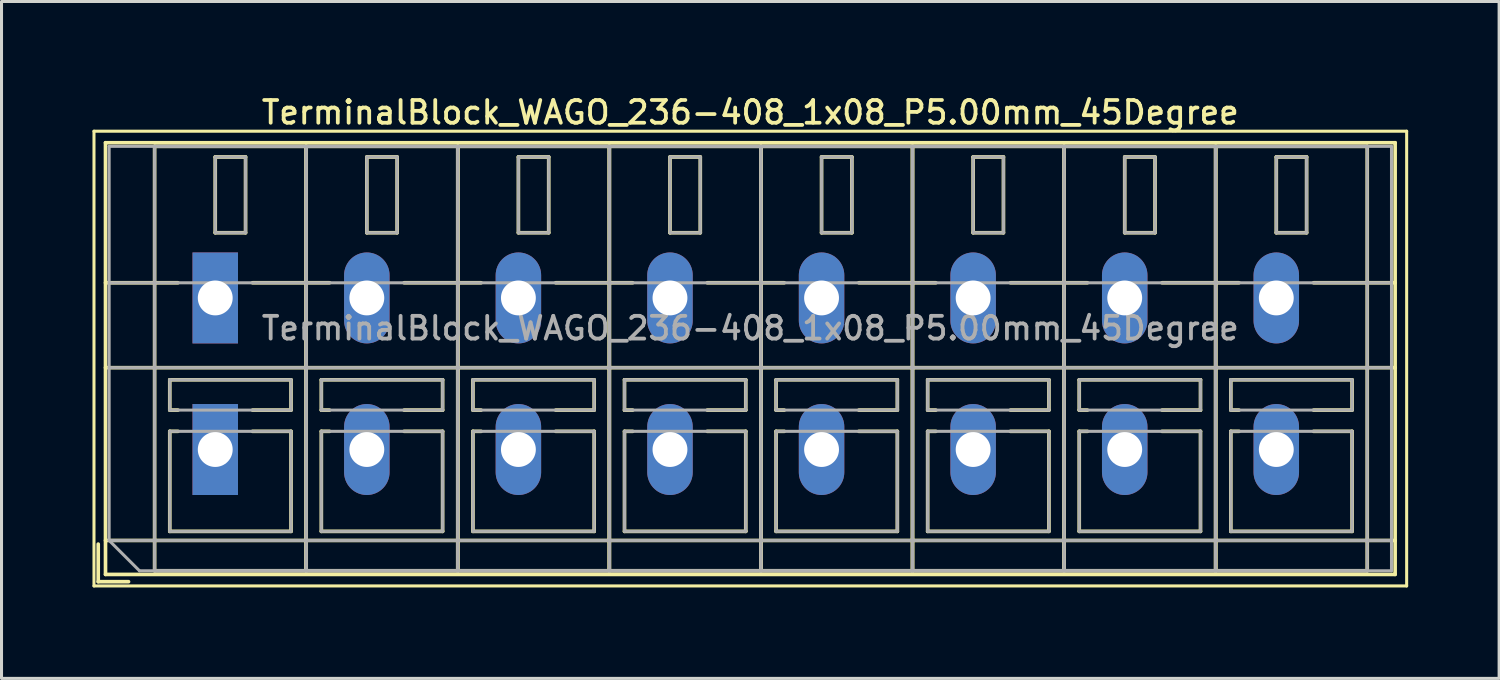
<source format=kicad_pcb>
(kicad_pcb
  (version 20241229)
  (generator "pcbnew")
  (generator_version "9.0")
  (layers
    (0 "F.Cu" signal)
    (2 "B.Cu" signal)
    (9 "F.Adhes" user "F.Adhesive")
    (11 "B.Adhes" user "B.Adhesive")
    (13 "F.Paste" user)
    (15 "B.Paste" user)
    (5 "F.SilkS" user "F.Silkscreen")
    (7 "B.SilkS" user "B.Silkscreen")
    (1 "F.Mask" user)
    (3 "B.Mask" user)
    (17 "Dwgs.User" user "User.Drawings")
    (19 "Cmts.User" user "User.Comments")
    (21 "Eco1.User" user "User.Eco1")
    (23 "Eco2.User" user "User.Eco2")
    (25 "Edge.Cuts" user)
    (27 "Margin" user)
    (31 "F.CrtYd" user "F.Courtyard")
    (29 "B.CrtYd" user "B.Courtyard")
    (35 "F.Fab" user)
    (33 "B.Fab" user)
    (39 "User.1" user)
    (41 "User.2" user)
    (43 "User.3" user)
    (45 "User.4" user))
  (footprint "TerminalBlock_WAGO_236-408_1x08_P5.00mm_45Degree"
    (layer "F.Cu")
    (at 4.05 6.778)
    (property "Reference" "TerminalBlock_WAGO_236-408_1x08_P5.00mm_45Degree" (at 17.65 -6.12 0) (layer "F.SilkS") (effects (font (size 0.75 0.75) (thickness 0.125))))
    (attr through_hole)
    (fp_line (start -4 -5.5) (end -4 9.5) (stroke (width 0.1) (type solid)) (layer "F.SilkS"))
    (fp_line (start -4 9.5) (end 39.3 9.5) (stroke (width 0.1) (type solid)) (layer "F.SilkS"))
    (fp_line (start -3.86 8.12) (end -3.86 9.36) (stroke (width 0.12) (type solid)) (layer "F.SilkS"))
    (fp_line (start -3.86 9.36) (end -2.86 9.36) (stroke (width 0.12) (type solid)) (layer "F.SilkS"))
    (fp_line (start -3.62 -5.12) (end -3.62 9.12) (stroke (width 0.12) (type solid)) (layer "F.SilkS"))
    (fp_line (start -3.62 -5.12) (end 38.92 -5.12) (stroke (width 0.12) (type solid)) (layer "F.SilkS"))
    (fp_line (start -3.62 -0.5) (end -1.23 -0.5) (stroke (width 0.12) (type solid)) (layer "F.SilkS"))
    (fp_line (start -3.62 2.3) (end 38.92 2.3) (stroke (width 0.12) (type solid)) (layer "F.SilkS"))
    (fp_line (start -3.62 8) (end 38.92 8) (stroke (width 0.12) (type solid)) (layer "F.SilkS"))
    (fp_line (start -3.62 9.12) (end 38.92 9.12) (stroke (width 0.12) (type solid)) (layer "F.SilkS"))
    (fp_line (start -2 -5) (end -2 9) (stroke (width 0.12) (type solid)) (layer "F.SilkS"))
    (fp_line (start -2 -5) (end 3 -5) (stroke (width 0.12) (type solid)) (layer "F.SilkS"))
    (fp_line (start -2 9) (end 3 9) (stroke (width 0.12) (type solid)) (layer "F.SilkS"))
    (fp_line (start -1.5 2.7) (end -1.5 3.7) (stroke (width 0.12) (type solid)) (layer "F.SilkS"))
    (fp_line (start -1.5 2.7) (end 2.5 2.7) (stroke (width 0.12) (type solid)) (layer "F.SilkS"))
    (fp_line (start -1.5 3.7) (end -1.23 3.7) (stroke (width 0.12) (type solid)) (layer "F.SilkS"))
    (fp_line (start -1.5 4.4) (end -1.5 7.7) (stroke (width 0.12) (type solid)) (layer "F.SilkS"))
    (fp_line (start -1.5 4.4) (end -1.23 4.4) (stroke (width 0.12) (type solid)) (layer "F.SilkS"))
    (fp_line (start -1.5 7.7) (end 2.5 7.7) (stroke (width 0.12) (type solid)) (layer "F.SilkS"))
    (fp_line (start 0 -4.65) (end 0 -2.151) (stroke (width 0.12) (type solid)) (layer "F.SilkS"))
    (fp_line (start 0 -4.65) (end 1 -4.65) (stroke (width 0.12) (type solid)) (layer "F.SilkS"))
    (fp_line (start 0 -2.151) (end 1 -2.151) (stroke (width 0.12) (type solid)) (layer "F.SilkS"))
    (fp_line (start 1 -4.65) (end 1 -2.151) (stroke (width 0.12) (type solid)) (layer "F.SilkS"))
    (fp_line (start 1.23 -0.5) (end 3.77 -0.5) (stroke (width 0.12) (type solid)) (layer "F.SilkS"))
    (fp_line (start 1.23 3.7) (end 2.5 3.7) (stroke (width 0.12) (type solid)) (layer "F.SilkS"))
    (fp_line (start 1.23 4.4) (end 2.5 4.4) (stroke (width 0.12) (type solid)) (layer "F.SilkS"))
    (fp_line (start 2.5 2.7) (end 2.5 3.7) (stroke (width 0.12) (type solid)) (layer "F.SilkS"))
    (fp_line (start 2.5 4.4) (end 2.5 7.7) (stroke (width 0.12) (type solid)) (layer "F.SilkS"))
    (fp_line (start 3 -5) (end 3 9) (stroke (width 0.12) (type solid)) (layer "F.SilkS"))
    (fp_line (start 3 -5) (end 3 9) (stroke (width 0.12) (type solid)) (layer "F.SilkS"))
    (fp_line (start 3 -5) (end 8 -5) (stroke (width 0.12) (type solid)) (layer "F.SilkS"))
    (fp_line (start 3 9) (end 8 9) (stroke (width 0.12) (type solid)) (layer "F.SilkS"))
    (fp_line (start 3.5 2.7) (end 3.5 3.7) (stroke (width 0.12) (type solid)) (layer "F.SilkS"))
    (fp_line (start 3.5 2.7) (end 7.5 2.7) (stroke (width 0.12) (type solid)) (layer "F.SilkS"))
    (fp_line (start 3.5 3.7) (end 3.77 3.7) (stroke (width 0.12) (type solid)) (layer "F.SilkS"))
    (fp_line (start 3.5 4.4) (end 3.5 7.7) (stroke (width 0.12) (type solid)) (layer "F.SilkS"))
    (fp_line (start 3.5 4.4) (end 3.77 4.4) (stroke (width 0.12) (type solid)) (layer "F.SilkS"))
    (fp_line (start 3.5 7.7) (end 7.5 7.7) (stroke (width 0.12) (type solid)) (layer "F.SilkS"))
    (fp_line (start 5 -4.65) (end 5 -2.151) (stroke (width 0.12) (type solid)) (layer "F.SilkS"))
    (fp_line (start 5 -4.65) (end 6 -4.65) (stroke (width 0.12) (type solid)) (layer "F.SilkS"))
    (fp_line (start 5 -2.151) (end 6 -2.151) (stroke (width 0.12) (type solid)) (layer "F.SilkS"))
    (fp_line (start 6 -4.65) (end 6 -2.151) (stroke (width 0.12) (type solid)) (layer "F.SilkS"))
    (fp_line (start 6.23 -0.5) (end 8.77 -0.5) (stroke (width 0.12) (type solid)) (layer "F.SilkS"))
    (fp_line (start 6.23 3.7) (end 7.5 3.7) (stroke (width 0.12) (type solid)) (layer "F.SilkS"))
    (fp_line (start 6.23 4.4) (end 7.5 4.4) (stroke (width 0.12) (type solid)) (layer "F.SilkS"))
    (fp_line (start 7.5 2.7) (end 7.5 3.7) (stroke (width 0.12) (type solid)) (layer "F.SilkS"))
    (fp_line (start 7.5 4.4) (end 7.5 7.7) (stroke (width 0.12) (type solid)) (layer "F.SilkS"))
    (fp_line (start 8 -5) (end 8 9) (stroke (width 0.12) (type solid)) (layer "F.SilkS"))
    (fp_line (start 8 -5) (end 8 9) (stroke (width 0.12) (type solid)) (layer "F.SilkS"))
    (fp_line (start 8 -5) (end 13 -5) (stroke (width 0.12) (type solid)) (layer "F.SilkS"))
    (fp_line (start 8 9) (end 13 9) (stroke (width 0.12) (type solid)) (layer "F.SilkS"))
    (fp_line (start 8.5 2.7) (end 8.5 3.7) (stroke (width 0.12) (type solid)) (layer "F.SilkS"))
    (fp_line (start 8.5 2.7) (end 12.5 2.7) (stroke (width 0.12) (type solid)) (layer "F.SilkS"))
    (fp_line (start 8.5 3.7) (end 8.77 3.7) (stroke (width 0.12) (type solid)) (layer "F.SilkS"))
    (fp_line (start 8.5 4.4) (end 8.5 7.7) (stroke (width 0.12) (type solid)) (layer "F.SilkS"))
    (fp_line (start 8.5 4.4) (end 8.77 4.4) (stroke (width 0.12) (type solid)) (layer "F.SilkS"))
    (fp_line (start 8.5 7.7) (end 12.5 7.7) (stroke (width 0.12) (type solid)) (layer "F.SilkS"))
    (fp_line (start 10 -4.65) (end 10 -2.151) (stroke (width 0.12) (type solid)) (layer "F.SilkS"))
    (fp_line (start 10 -4.65) (end 11 -4.65) (stroke (width 0.12) (type solid)) (layer "F.SilkS"))
    (fp_line (start 10 -2.151) (end 11 -2.151) (stroke (width 0.12) (type solid)) (layer "F.SilkS"))
    (fp_line (start 11 -4.65) (end 11 -2.151) (stroke (width 0.12) (type solid)) (layer "F.SilkS"))
    (fp_line (start 11.23 -0.5) (end 13.77 -0.5) (stroke (width 0.12) (type solid)) (layer "F.SilkS"))
    (fp_line (start 11.23 3.7) (end 12.5 3.7) (stroke (width 0.12) (type solid)) (layer "F.SilkS"))
    (fp_line (start 11.23 4.4) (end 12.5 4.4) (stroke (width 0.12) (type solid)) (layer "F.SilkS"))
    (fp_line (start 12.5 2.7) (end 12.5 3.7) (stroke (width 0.12) (type solid)) (layer "F.SilkS"))
    (fp_line (start 12.5 4.4) (end 12.5 7.7) (stroke (width 0.12) (type solid)) (layer "F.SilkS"))
    (fp_line (start 13 -5) (end 13 9) (stroke (width 0.12) (type solid)) (layer "F.SilkS"))
    (fp_line (start 13 -5) (end 13 9) (stroke (width 0.12) (type solid)) (layer "F.SilkS"))
    (fp_line (start 13 -5) (end 18 -5) (stroke (width 0.12) (type solid)) (layer "F.SilkS"))
    (fp_line (start 13 9) (end 18 9) (stroke (width 0.12) (type solid)) (layer "F.SilkS"))
    (fp_line (start 13.5 2.7) (end 13.5 3.7) (stroke (width 0.12) (type solid)) (layer "F.SilkS"))
    (fp_line (start 13.5 2.7) (end 17.5 2.7) (stroke (width 0.12) (type solid)) (layer "F.SilkS"))
    (fp_line (start 13.5 3.7) (end 13.77 3.7) (stroke (width 0.12) (type solid)) (layer "F.SilkS"))
    (fp_line (start 13.5 4.4) (end 13.5 7.7) (stroke (width 0.12) (type solid)) (layer "F.SilkS"))
    (fp_line (start 13.5 4.4) (end 13.77 4.4) (stroke (width 0.12) (type solid)) (layer "F.SilkS"))
    (fp_line (start 13.5 7.7) (end 17.5 7.7) (stroke (width 0.12) (type solid)) (layer "F.SilkS"))
    (fp_line (start 15 -4.65) (end 15 -2.151) (stroke (width 0.12) (type solid)) (layer "F.SilkS"))
    (fp_line (start 15 -4.65) (end 16 -4.65) (stroke (width 0.12) (type solid)) (layer "F.SilkS"))
    (fp_line (start 15 -2.151) (end 16 -2.151) (stroke (width 0.12) (type solid)) (layer "F.SilkS"))
    (fp_line (start 16 -4.65) (end 16 -2.151) (stroke (width 0.12) (type solid)) (layer "F.SilkS"))
    (fp_line (start 16.23 -0.5) (end 18.77 -0.5) (stroke (width 0.12) (type solid)) (layer "F.SilkS"))
    (fp_line (start 16.23 3.7) (end 17.5 3.7) (stroke (width 0.12) (type solid)) (layer "F.SilkS"))
    (fp_line (start 16.23 4.4) (end 17.5 4.4) (stroke (width 0.12) (type solid)) (layer "F.SilkS"))
    (fp_line (start 17.5 2.7) (end 17.5 3.7) (stroke (width 0.12) (type solid)) (layer "F.SilkS"))
    (fp_line (start 17.5 4.4) (end 17.5 7.7) (stroke (width 0.12) (type solid)) (layer "F.SilkS"))
    (fp_line (start 18 -5) (end 18 9) (stroke (width 0.12) (type solid)) (layer "F.SilkS"))
    (fp_line (start 18 -5) (end 18 9) (stroke (width 0.12) (type solid)) (layer "F.SilkS"))
    (fp_line (start 18 -5) (end 23 -5) (stroke (width 0.12) (type solid)) (layer "F.SilkS"))
    (fp_line (start 18 9) (end 23 9) (stroke (width 0.12) (type solid)) (layer "F.SilkS"))
    (fp_line (start 18.5 2.7) (end 18.5 3.7) (stroke (width 0.12) (type solid)) (layer "F.SilkS"))
    (fp_line (start 18.5 2.7) (end 22.5 2.7) (stroke (width 0.12) (type solid)) (layer "F.SilkS"))
    (fp_line (start 18.5 3.7) (end 18.77 3.7) (stroke (width 0.12) (type solid)) (layer "F.SilkS"))
    (fp_line (start 18.5 4.4) (end 18.5 7.7) (stroke (width 0.12) (type solid)) (layer "F.SilkS"))
    (fp_line (start 18.5 4.4) (end 18.77 4.4) (stroke (width 0.12) (type solid)) (layer "F.SilkS"))
    (fp_line (start 18.5 7.7) (end 22.5 7.7) (stroke (width 0.12) (type solid)) (layer "F.SilkS"))
    (fp_line (start 20 -4.65) (end 20 -2.151) (stroke (width 0.12) (type solid)) (layer "F.SilkS"))
    (fp_line (start 20 -4.65) (end 21 -4.65) (stroke (width 0.12) (type solid)) (layer "F.SilkS"))
    (fp_line (start 20 -2.151) (end 21 -2.151) (stroke (width 0.12) (type solid)) (layer "F.SilkS"))
    (fp_line (start 21 -4.65) (end 21 -2.151) (stroke (width 0.12) (type solid)) (layer "F.SilkS"))
    (fp_line (start 21.23 -0.5) (end 23.77 -0.5) (stroke (width 0.12) (type solid)) (layer "F.SilkS"))
    (fp_line (start 21.23 3.7) (end 22.5 3.7) (stroke (width 0.12) (type solid)) (layer "F.SilkS"))
    (fp_line (start 21.23 4.4) (end 22.5 4.4) (stroke (width 0.12) (type solid)) (layer "F.SilkS"))
    (fp_line (start 22.5 2.7) (end 22.5 3.7) (stroke (width 0.12) (type solid)) (layer "F.SilkS"))
    (fp_line (start 22.5 4.4) (end 22.5 7.7) (stroke (width 0.12) (type solid)) (layer "F.SilkS"))
    (fp_line (start 23 -5) (end 23 9) (stroke (width 0.12) (type solid)) (layer "F.SilkS"))
    (fp_line (start 23 -5) (end 23 9) (stroke (width 0.12) (type solid)) (layer "F.SilkS"))
    (fp_line (start 23 -5) (end 28 -5) (stroke (width 0.12) (type solid)) (layer "F.SilkS"))
    (fp_line (start 23 9) (end 28 9) (stroke (width 0.12) (type solid)) (layer "F.SilkS"))
    (fp_line (start 23.5 2.7) (end 23.5 3.7) (stroke (width 0.12) (type solid)) (layer "F.SilkS"))
    (fp_line (start 23.5 2.7) (end 27.5 2.7) (stroke (width 0.12) (type solid)) (layer "F.SilkS"))
    (fp_line (start 23.5 3.7) (end 23.77 3.7) (stroke (width 0.12) (type solid)) (layer "F.SilkS"))
    (fp_line (start 23.5 4.4) (end 23.5 7.7) (stroke (width 0.12) (type solid)) (layer "F.SilkS"))
    (fp_line (start 23.5 4.4) (end 23.77 4.4) (stroke (width 0.12) (type solid)) (layer "F.SilkS"))
    (fp_line (start 23.5 7.7) (end 27.5 7.7) (stroke (width 0.12) (type solid)) (layer "F.SilkS"))
    (fp_line (start 25 -4.65) (end 25 -2.151) (stroke (width 0.12) (type solid)) (layer "F.SilkS"))
    (fp_line (start 25 -4.65) (end 26 -4.65) (stroke (width 0.12) (type solid)) (layer "F.SilkS"))
    (fp_line (start 25 -2.151) (end 26 -2.151) (stroke (width 0.12) (type solid)) (layer "F.SilkS"))
    (fp_line (start 26 -4.65) (end 26 -2.151) (stroke (width 0.12) (type solid)) (layer "F.SilkS"))
    (fp_line (start 26.23 -0.5) (end 28.77 -0.5) (stroke (width 0.12) (type solid)) (layer "F.SilkS"))
    (fp_line (start 26.23 3.7) (end 27.5 3.7) (stroke (width 0.12) (type solid)) (layer "F.SilkS"))
    (fp_line (start 26.23 4.4) (end 27.5 4.4) (stroke (width 0.12) (type solid)) (layer "F.SilkS"))
    (fp_line (start 27.5 2.7) (end 27.5 3.7) (stroke (width 0.12) (type solid)) (layer "F.SilkS"))
    (fp_line (start 27.5 4.4) (end 27.5 7.7) (stroke (width 0.12) (type solid)) (layer "F.SilkS"))
    (fp_line (start 28 -5) (end 28 9) (stroke (width 0.12) (type solid)) (layer "F.SilkS"))
    (fp_line (start 28 -5) (end 28 9) (stroke (width 0.12) (type solid)) (layer "F.SilkS"))
    (fp_line (start 28 -5) (end 33 -5) (stroke (width 0.12) (type solid)) (layer "F.SilkS"))
    (fp_line (start 28 9) (end 33 9) (stroke (width 0.12) (type solid)) (layer "F.SilkS"))
    (fp_line (start 28.5 2.7) (end 28.5 3.7) (stroke (width 0.12) (type solid)) (layer "F.SilkS"))
    (fp_line (start 28.5 2.7) (end 32.5 2.7) (stroke (width 0.12) (type solid)) (layer "F.SilkS"))
    (fp_line (start 28.5 3.7) (end 28.77 3.7) (stroke (width 0.12) (type solid)) (layer "F.SilkS"))
    (fp_line (start 28.5 4.4) (end 28.5 7.7) (stroke (width 0.12) (type solid)) (layer "F.SilkS"))
    (fp_line (start 28.5 4.4) (end 28.77 4.4) (stroke (width 0.12) (type solid)) (layer "F.SilkS"))
    (fp_line (start 28.5 7.7) (end 32.5 7.7) (stroke (width 0.12) (type solid)) (layer "F.SilkS"))
    (fp_line (start 30 -4.65) (end 30 -2.151) (stroke (width 0.12) (type solid)) (layer "F.SilkS"))
    (fp_line (start 30 -4.65) (end 31 -4.65) (stroke (width 0.12) (type solid)) (layer "F.SilkS"))
    (fp_line (start 30 -2.151) (end 31 -2.151) (stroke (width 0.12) (type solid)) (layer "F.SilkS"))
    (fp_line (start 31 -4.65) (end 31 -2.151) (stroke (width 0.12) (type solid)) (layer "F.SilkS"))
    (fp_line (start 31.23 -0.5) (end 33.77 -0.5) (stroke (width 0.12) (type solid)) (layer "F.SilkS"))
    (fp_line (start 31.23 3.7) (end 32.5 3.7) (stroke (width 0.12) (type solid)) (layer "F.SilkS"))
    (fp_line (start 31.23 4.4) (end 32.5 4.4) (stroke (width 0.12) (type solid)) (layer "F.SilkS"))
    (fp_line (start 32.5 2.7) (end 32.5 3.7) (stroke (width 0.12) (type solid)) (layer "F.SilkS"))
    (fp_line (start 32.5 4.4) (end 32.5 7.7) (stroke (width 0.12) (type solid)) (layer "F.SilkS"))
    (fp_line (start 33 -5) (end 33 9) (stroke (width 0.12) (type solid)) (layer "F.SilkS"))
    (fp_line (start 33 -5) (end 33 9) (stroke (width 0.12) (type solid)) (layer "F.SilkS"))
    (fp_line (start 33 -5) (end 38 -5) (stroke (width 0.12) (type solid)) (layer "F.SilkS"))
    (fp_line (start 33 9) (end 38 9) (stroke (width 0.12) (type solid)) (layer "F.SilkS"))
    (fp_line (start 33.5 2.7) (end 33.5 3.7) (stroke (width 0.12) (type solid)) (layer "F.SilkS"))
    (fp_line (start 33.5 2.7) (end 37.5 2.7) (stroke (width 0.12) (type solid)) (layer "F.SilkS"))
    (fp_line (start 33.5 3.7) (end 33.77 3.7) (stroke (width 0.12) (type solid)) (layer "F.SilkS"))
    (fp_line (start 33.5 4.4) (end 33.5 7.7) (stroke (width 0.12) (type solid)) (layer "F.SilkS"))
    (fp_line (start 33.5 4.4) (end 33.77 4.4) (stroke (width 0.12) (type solid)) (layer "F.SilkS"))
    (fp_line (start 33.5 7.7) (end 37.5 7.7) (stroke (width 0.12) (type solid)) (layer "F.SilkS"))
    (fp_line (start 35 -4.65) (end 35 -2.151) (stroke (width 0.12) (type solid)) (layer "F.SilkS"))
    (fp_line (start 35 -4.65) (end 36 -4.65) (stroke (width 0.12) (type solid)) (layer "F.SilkS"))
    (fp_line (start 35 -2.151) (end 36 -2.151) (stroke (width 0.12) (type solid)) (layer "F.SilkS"))
    (fp_line (start 36 -4.65) (end 36 -2.151) (stroke (width 0.12) (type solid)) (layer "F.SilkS"))
    (fp_line (start 36.23 -0.5) (end 38.92 -0.5) (stroke (width 0.12) (type solid)) (layer "F.SilkS"))
    (fp_line (start 36.23 3.7) (end 37.5 3.7) (stroke (width 0.12) (type solid)) (layer "F.SilkS"))
    (fp_line (start 36.23 4.4) (end 37.5 4.4) (stroke (width 0.12) (type solid)) (layer "F.SilkS"))
    (fp_line (start 37.5 2.7) (end 37.5 3.7) (stroke (width 0.12) (type solid)) (layer "F.SilkS"))
    (fp_line (start 37.5 4.4) (end 37.5 7.7) (stroke (width 0.12) (type solid)) (layer "F.SilkS"))
    (fp_line (start 38 -5) (end 38 9) (stroke (width 0.12) (type solid)) (layer "F.SilkS"))
    (fp_line (start 38.92 -5.12) (end 38.92 9.12) (stroke (width 0.12) (type solid)) (layer "F.SilkS"))
    (fp_line (start 39.3 -5.5) (end -4 -5.5) (stroke (width 0.1) (type solid)) (layer "F.SilkS"))
    (fp_line (start 39.3 9.5) (end 39.3 -5.5) (stroke (width 0.1) (type solid)) (layer "F.SilkS"))
    (fp_line (start -3.5 -5) (end 38.8 -5) (stroke (width 0.1) (type solid)) (layer "F.Fab"))
    (fp_line (start -3.5 -0.5) (end 38.8 -0.5) (stroke (width 0.1) (type solid)) (layer "F.Fab"))
    (fp_line (start -3.5 2.3) (end 38.8 2.3) (stroke (width 0.1) (type solid)) (layer "F.Fab"))
    (fp_line (start -3.5 8) (end -3.5 -5) (stroke (width 0.1) (type solid)) (layer "F.Fab"))
    (fp_line (start -3.5 8) (end 38.8 8) (stroke (width 0.1) (type solid)) (layer "F.Fab"))
    (fp_line (start -2.5 9) (end -3.5 8) (stroke (width 0.1) (type solid)) (layer "F.Fab"))
    (fp_line (start -2 -5) (end -2 9) (stroke (width 0.1) (type solid)) (layer "F.Fab"))
    (fp_line (start -2 9) (end 3 9) (stroke (width 0.1) (type solid)) (layer "F.Fab"))
    (fp_line (start -1.5 2.7) (end -1.5 3.7) (stroke (width 0.1) (type solid)) (layer "F.Fab"))
    (fp_line (start -1.5 3.7) (end 2.5 3.7) (stroke (width 0.1) (type solid)) (layer "F.Fab"))
    (fp_line (start -1.5 4.4) (end -1.5 7.7) (stroke (width 0.1) (type solid)) (layer "F.Fab"))
    (fp_line (start -1.5 7.7) (end 2.5 7.7) (stroke (width 0.1) (type solid)) (layer "F.Fab"))
    (fp_line (start 0 -4.65) (end 0 -2.15) (stroke (width 0.1) (type solid)) (layer "F.Fab"))
    (fp_line (start 0 -2.15) (end 1 -2.15) (stroke (width 0.1) (type solid)) (layer "F.Fab"))
    (fp_line (start 1 -4.65) (end 0 -4.65) (stroke (width 0.1) (type solid)) (layer "F.Fab"))
    (fp_line (start 1 -2.15) (end 1 -4.65) (stroke (width 0.1) (type solid)) (layer "F.Fab"))
    (fp_line (start 2.5 2.7) (end -1.5 2.7) (stroke (width 0.1) (type solid)) (layer "F.Fab"))
    (fp_line (start 2.5 3.7) (end 2.5 2.7) (stroke (width 0.1) (type solid)) (layer "F.Fab"))
    (fp_line (start 2.5 4.4) (end -1.5 4.4) (stroke (width 0.1) (type solid)) (layer "F.Fab"))
    (fp_line (start 2.5 7.7) (end 2.5 4.4) (stroke (width 0.1) (type solid)) (layer "F.Fab"))
    (fp_line (start 3 -5) (end -2 -5) (stroke (width 0.1) (type solid)) (layer "F.Fab"))
    (fp_line (start 3 -5) (end 3 9) (stroke (width 0.1) (type solid)) (layer "F.Fab"))
    (fp_line (start 3 9) (end 3 -5) (stroke (width 0.1) (type solid)) (layer "F.Fab"))
    (fp_line (start 3 9) (end 8 9) (stroke (width 0.1) (type solid)) (layer "F.Fab"))
    (fp_line (start 3.5 2.7) (end 3.5 3.7) (stroke (width 0.1) (type solid)) (layer "F.Fab"))
    (fp_line (start 3.5 3.7) (end 7.5 3.7) (stroke (width 0.1) (type solid)) (layer "F.Fab"))
    (fp_line (start 3.5 4.4) (end 3.5 7.7) (stroke (width 0.1) (type solid)) (layer "F.Fab"))
    (fp_line (start 3.5 7.7) (end 7.5 7.7) (stroke (width 0.1) (type solid)) (layer "F.Fab"))
    (fp_line (start 5 -4.65) (end 5 -2.15) (stroke (width 0.1) (type solid)) (layer "F.Fab"))
    (fp_line (start 5 -2.15) (end 6 -2.15) (stroke (width 0.1) (type solid)) (layer "F.Fab"))
    (fp_line (start 6 -4.65) (end 5 -4.65) (stroke (width 0.1) (type solid)) (layer "F.Fab"))
    (fp_line (start 6 -2.15) (end 6 -4.65) (stroke (width 0.1) (type solid)) (layer "F.Fab"))
    (fp_line (start 7.5 2.7) (end 3.5 2.7) (stroke (width 0.1) (type solid)) (layer "F.Fab"))
    (fp_line (start 7.5 3.7) (end 7.5 2.7) (stroke (width 0.1) (type solid)) (layer "F.Fab"))
    (fp_line (start 7.5 4.4) (end 3.5 4.4) (stroke (width 0.1) (type solid)) (layer "F.Fab"))
    (fp_line (start 7.5 7.7) (end 7.5 4.4) (stroke (width 0.1) (type solid)) (layer "F.Fab"))
    (fp_line (start 8 -5) (end 3 -5) (stroke (width 0.1) (type solid)) (layer "F.Fab"))
    (fp_line (start 8 -5) (end 8 9) (stroke (width 0.1) (type solid)) (layer "F.Fab"))
    (fp_line (start 8 9) (end 8 -5) (stroke (width 0.1) (type solid)) (layer "F.Fab"))
    (fp_line (start 8 9) (end 13 9) (stroke (width 0.1) (type solid)) (layer "F.Fab"))
    (fp_line (start 8.5 2.7) (end 8.5 3.7) (stroke (width 0.1) (type solid)) (layer "F.Fab"))
    (fp_line (start 8.5 3.7) (end 12.5 3.7) (stroke (width 0.1) (type solid)) (layer "F.Fab"))
    (fp_line (start 8.5 4.4) (end 8.5 7.7) (stroke (width 0.1) (type solid)) (layer "F.Fab"))
    (fp_line (start 8.5 7.7) (end 12.5 7.7) (stroke (width 0.1) (type solid)) (layer "F.Fab"))
    (fp_line (start 10 -4.65) (end 10 -2.15) (stroke (width 0.1) (type solid)) (layer "F.Fab"))
    (fp_line (start 10 -2.15) (end 11 -2.15) (stroke (width 0.1) (type solid)) (layer "F.Fab"))
    (fp_line (start 11 -4.65) (end 10 -4.65) (stroke (width 0.1) (type solid)) (layer "F.Fab"))
    (fp_line (start 11 -2.15) (end 11 -4.65) (stroke (width 0.1) (type solid)) (layer "F.Fab"))
    (fp_line (start 12.5 2.7) (end 8.5 2.7) (stroke (width 0.1) (type solid)) (layer "F.Fab"))
    (fp_line (start 12.5 3.7) (end 12.5 2.7) (stroke (width 0.1) (type solid)) (layer "F.Fab"))
    (fp_line (start 12.5 4.4) (end 8.5 4.4) (stroke (width 0.1) (type solid)) (layer "F.Fab"))
    (fp_line (start 12.5 7.7) (end 12.5 4.4) (stroke (width 0.1) (type solid)) (layer "F.Fab"))
    (fp_line (start 13 -5) (end 8 -5) (stroke (width 0.1) (type solid)) (layer "F.Fab"))
    (fp_line (start 13 -5) (end 13 9) (stroke (width 0.1) (type solid)) (layer "F.Fab"))
    (fp_line (start 13 9) (end 13 -5) (stroke (width 0.1) (type solid)) (layer "F.Fab"))
    (fp_line (start 13 9) (end 18 9) (stroke (width 0.1) (type solid)) (layer "F.Fab"))
    (fp_line (start 13.5 2.7) (end 13.5 3.7) (stroke (width 0.1) (type solid)) (layer "F.Fab"))
    (fp_line (start 13.5 3.7) (end 17.5 3.7) (stroke (width 0.1) (type solid)) (layer "F.Fab"))
    (fp_line (start 13.5 4.4) (end 13.5 7.7) (stroke (width 0.1) (type solid)) (layer "F.Fab"))
    (fp_line (start 13.5 7.7) (end 17.5 7.7) (stroke (width 0.1) (type solid)) (layer "F.Fab"))
    (fp_line (start 15 -4.65) (end 15 -2.15) (stroke (width 0.1) (type solid)) (layer "F.Fab"))
    (fp_line (start 15 -2.15) (end 16 -2.15) (stroke (width 0.1) (type solid)) (layer "F.Fab"))
    (fp_line (start 16 -4.65) (end 15 -4.65) (stroke (width 0.1) (type solid)) (layer "F.Fab"))
    (fp_line (start 16 -2.15) (end 16 -4.65) (stroke (width 0.1) (type solid)) (layer "F.Fab"))
    (fp_line (start 17.5 2.7) (end 13.5 2.7) (stroke (width 0.1) (type solid)) (layer "F.Fab"))
    (fp_line (start 17.5 3.7) (end 17.5 2.7) (stroke (width 0.1) (type solid)) (layer "F.Fab"))
    (fp_line (start 17.5 4.4) (end 13.5 4.4) (stroke (width 0.1) (type solid)) (layer "F.Fab"))
    (fp_line (start 17.5 7.7) (end 17.5 4.4) (stroke (width 0.1) (type solid)) (layer "F.Fab"))
    (fp_line (start 18 -5) (end 13 -5) (stroke (width 0.1) (type solid)) (layer "F.Fab"))
    (fp_line (start 18 -5) (end 18 9) (stroke (width 0.1) (type solid)) (layer "F.Fab"))
    (fp_line (start 18 9) (end 18 -5) (stroke (width 0.1) (type solid)) (layer "F.Fab"))
    (fp_line (start 18 9) (end 23 9) (stroke (width 0.1) (type solid)) (layer "F.Fab"))
    (fp_line (start 18.5 2.7) (end 18.5 3.7) (stroke (width 0.1) (type solid)) (layer "F.Fab"))
    (fp_line (start 18.5 3.7) (end 22.5 3.7) (stroke (width 0.1) (type solid)) (layer "F.Fab"))
    (fp_line (start 18.5 4.4) (end 18.5 7.7) (stroke (width 0.1) (type solid)) (layer "F.Fab"))
    (fp_line (start 18.5 7.7) (end 22.5 7.7) (stroke (width 0.1) (type solid)) (layer "F.Fab"))
    (fp_line (start 20 -4.65) (end 20 -2.15) (stroke (width 0.1) (type solid)) (layer "F.Fab"))
    (fp_line (start 20 -2.15) (end 21 -2.15) (stroke (width 0.1) (type solid)) (layer "F.Fab"))
    (fp_line (start 21 -4.65) (end 20 -4.65) (stroke (width 0.1) (type solid)) (layer "F.Fab"))
    (fp_line (start 21 -2.15) (end 21 -4.65) (stroke (width 0.1) (type solid)) (layer "F.Fab"))
    (fp_line (start 22.5 2.7) (end 18.5 2.7) (stroke (width 0.1) (type solid)) (layer "F.Fab"))
    (fp_line (start 22.5 3.7) (end 22.5 2.7) (stroke (width 0.1) (type solid)) (layer "F.Fab"))
    (fp_line (start 22.5 4.4) (end 18.5 4.4) (stroke (width 0.1) (type solid)) (layer "F.Fab"))
    (fp_line (start 22.5 7.7) (end 22.5 4.4) (stroke (width 0.1) (type solid)) (layer "F.Fab"))
    (fp_line (start 23 -5) (end 18 -5) (stroke (width 0.1) (type solid)) (layer "F.Fab"))
    (fp_line (start 23 -5) (end 23 9) (stroke (width 0.1) (type solid)) (layer "F.Fab"))
    (fp_line (start 23 9) (end 23 -5) (stroke (width 0.1) (type solid)) (layer "F.Fab"))
    (fp_line (start 23 9) (end 28 9) (stroke (width 0.1) (type solid)) (layer "F.Fab"))
    (fp_line (start 23.5 2.7) (end 23.5 3.7) (stroke (width 0.1) (type solid)) (layer "F.Fab"))
    (fp_line (start 23.5 3.7) (end 27.5 3.7) (stroke (width 0.1) (type solid)) (layer "F.Fab"))
    (fp_line (start 23.5 4.4) (end 23.5 7.7) (stroke (width 0.1) (type solid)) (layer "F.Fab"))
    (fp_line (start 23.5 7.7) (end 27.5 7.7) (stroke (width 0.1) (type solid)) (layer "F.Fab"))
    (fp_line (start 25 -4.65) (end 25 -2.15) (stroke (width 0.1) (type solid)) (layer "F.Fab"))
    (fp_line (start 25 -2.15) (end 26 -2.15) (stroke (width 0.1) (type solid)) (layer "F.Fab"))
    (fp_line (start 26 -4.65) (end 25 -4.65) (stroke (width 0.1) (type solid)) (layer "F.Fab"))
    (fp_line (start 26 -2.15) (end 26 -4.65) (stroke (width 0.1) (type solid)) (layer "F.Fab"))
    (fp_line (start 27.5 2.7) (end 23.5 2.7) (stroke (width 0.1) (type solid)) (layer "F.Fab"))
    (fp_line (start 27.5 3.7) (end 27.5 2.7) (stroke (width 0.1) (type solid)) (layer "F.Fab"))
    (fp_line (start 27.5 4.4) (end 23.5 4.4) (stroke (width 0.1) (type solid)) (layer "F.Fab"))
    (fp_line (start 27.5 7.7) (end 27.5 4.4) (stroke (width 0.1) (type solid)) (layer "F.Fab"))
    (fp_line (start 28 -5) (end 23 -5) (stroke (width 0.1) (type solid)) (layer "F.Fab"))
    (fp_line (start 28 -5) (end 28 9) (stroke (width 0.1) (type solid)) (layer "F.Fab"))
    (fp_line (start 28 9) (end 28 -5) (stroke (width 0.1) (type solid)) (layer "F.Fab"))
    (fp_line (start 28 9) (end 33 9) (stroke (width 0.1) (type solid)) (layer "F.Fab"))
    (fp_line (start 28.5 2.7) (end 28.5 3.7) (stroke (width 0.1) (type solid)) (layer "F.Fab"))
    (fp_line (start 28.5 3.7) (end 32.5 3.7) (stroke (width 0.1) (type solid)) (layer "F.Fab"))
    (fp_line (start 28.5 4.4) (end 28.5 7.7) (stroke (width 0.1) (type solid)) (layer "F.Fab"))
    (fp_line (start 28.5 7.7) (end 32.5 7.7) (stroke (width 0.1) (type solid)) (layer "F.Fab"))
    (fp_line (start 30 -4.65) (end 30 -2.15) (stroke (width 0.1) (type solid)) (layer "F.Fab"))
    (fp_line (start 30 -2.15) (end 31 -2.15) (stroke (width 0.1) (type solid)) (layer "F.Fab"))
    (fp_line (start 31 -4.65) (end 30 -4.65) (stroke (width 0.1) (type solid)) (layer "F.Fab"))
    (fp_line (start 31 -2.15) (end 31 -4.65) (stroke (width 0.1) (type solid)) (layer "F.Fab"))
    (fp_line (start 32.5 2.7) (end 28.5 2.7) (stroke (width 0.1) (type solid)) (layer "F.Fab"))
    (fp_line (start 32.5 3.7) (end 32.5 2.7) (stroke (width 0.1) (type solid)) (layer "F.Fab"))
    (fp_line (start 32.5 4.4) (end 28.5 4.4) (stroke (width 0.1) (type solid)) (layer "F.Fab"))
    (fp_line (start 32.5 7.7) (end 32.5 4.4) (stroke (width 0.1) (type solid)) (layer "F.Fab"))
    (fp_line (start 33 -5) (end 28 -5) (stroke (width 0.1) (type solid)) (layer "F.Fab"))
    (fp_line (start 33 -5) (end 33 9) (stroke (width 0.1) (type solid)) (layer "F.Fab"))
    (fp_line (start 33 9) (end 33 -5) (stroke (width 0.1) (type solid)) (layer "F.Fab"))
    (fp_line (start 33 9) (end 38 9) (stroke (width 0.1) (type solid)) (layer "F.Fab"))
    (fp_line (start 33.5 2.7) (end 33.5 3.7) (stroke (width 0.1) (type solid)) (layer "F.Fab"))
    (fp_line (start 33.5 3.7) (end 37.5 3.7) (stroke (width 0.1) (type solid)) (layer "F.Fab"))
    (fp_line (start 33.5 4.4) (end 33.5 7.7) (stroke (width 0.1) (type solid)) (layer "F.Fab"))
    (fp_line (start 33.5 7.7) (end 37.5 7.7) (stroke (width 0.1) (type solid)) (layer "F.Fab"))
    (fp_line (start 35 -4.65) (end 35 -2.15) (stroke (width 0.1) (type solid)) (layer "F.Fab"))
    (fp_line (start 35 -2.15) (end 36 -2.15) (stroke (width 0.1) (type solid)) (layer "F.Fab"))
    (fp_line (start 36 -4.65) (end 35 -4.65) (stroke (width 0.1) (type solid)) (layer "F.Fab"))
    (fp_line (start 36 -2.15) (end 36 -4.65) (stroke (width 0.1) (type solid)) (layer "F.Fab"))
    (fp_line (start 37.5 2.7) (end 33.5 2.7) (stroke (width 0.1) (type solid)) (layer "F.Fab"))
    (fp_line (start 37.5 3.7) (end 37.5 2.7) (stroke (width 0.1) (type solid)) (layer "F.Fab"))
    (fp_line (start 37.5 4.4) (end 33.5 4.4) (stroke (width 0.1) (type solid)) (layer "F.Fab"))
    (fp_line (start 37.5 7.7) (end 37.5 4.4) (stroke (width 0.1) (type solid)) (layer "F.Fab"))
    (fp_line (start 38 -5) (end 33 -5) (stroke (width 0.1) (type solid)) (layer "F.Fab"))
    (fp_line (start 38 9) (end 38 -5) (stroke (width 0.1) (type solid)) (layer "F.Fab"))
    (fp_line (start 38.8 -5) (end 38.8 9) (stroke (width 0.1) (type solid)) (layer "F.Fab"))
    (fp_line (start 38.8 9) (end -2.5 9) (stroke (width 0.1) (type solid)) (layer "F.Fab"))
    (fp_text user "${REFERENCE}" (at 17.65 1 0) (layer "F.Fab") (effects (font (size 0.75 0.75) (thickness 0.125))))
    (pad "1" thru_hole rect (at 0 0) (size 1.5 3) (drill 1.15) (layers "*.Cu" "*.Mask"))
    (pad "1" thru_hole rect (at 0 5) (size 1.5 3) (drill 1.15) (layers "*.Cu" "*.Mask"))
    (pad "2" thru_hole oval (at 5 0) (size 1.5 3) (drill 1.15) (layers "*.Cu" "*.Mask"))
    (pad "2" thru_hole oval (at 5 5) (size 1.5 3) (drill 1.15) (layers "*.Cu" "*.Mask"))
    (pad "3" thru_hole oval (at 10 0) (size 1.5 3) (drill 1.15) (layers "*.Cu" "*.Mask"))
    (pad "3" thru_hole oval (at 10 5) (size 1.5 3) (drill 1.15) (layers "*.Cu" "*.Mask"))
    (pad "4" thru_hole oval (at 15 0) (size 1.5 3) (drill 1.15) (layers "*.Cu" "*.Mask"))
    (pad "4" thru_hole oval (at 15 5) (size 1.5 3) (drill 1.15) (layers "*.Cu" "*.Mask"))
    (pad "5" thru_hole oval (at 20 0) (size 1.5 3) (drill 1.15) (layers "*.Cu" "*.Mask"))
    (pad "5" thru_hole oval (at 20 5) (size 1.5 3) (drill 1.15) (layers "*.Cu" "*.Mask"))
    (pad "6" thru_hole oval (at 25 0) (size 1.5 3) (drill 1.15) (layers "*.Cu" "*.Mask"))
    (pad "6" thru_hole oval (at 25 5) (size 1.5 3) (drill 1.15) (layers "*.Cu" "*.Mask"))
    (pad "7" thru_hole oval (at 30 0) (size 1.5 3) (drill 1.15) (layers "*.Cu" "*.Mask"))
    (pad "7" thru_hole oval (at 30 5) (size 1.5 3) (drill 1.15) (layers "*.Cu" "*.Mask"))
    (pad "8" thru_hole oval (at 35 0) (size 1.5 3) (drill 1.15) (layers "*.Cu" "*.Mask"))
    (pad "8" thru_hole oval (at 35 5) (size 1.5 3) (drill 1.15) (layers "*.Cu" "*.Mask")))
  (gr_rect
    (start -3 -3)
    (end 46.4 19.328)
    (stroke (width 0.1) (type default))
    (fill no)
    (layer "Edge.Cuts")))
</source>
